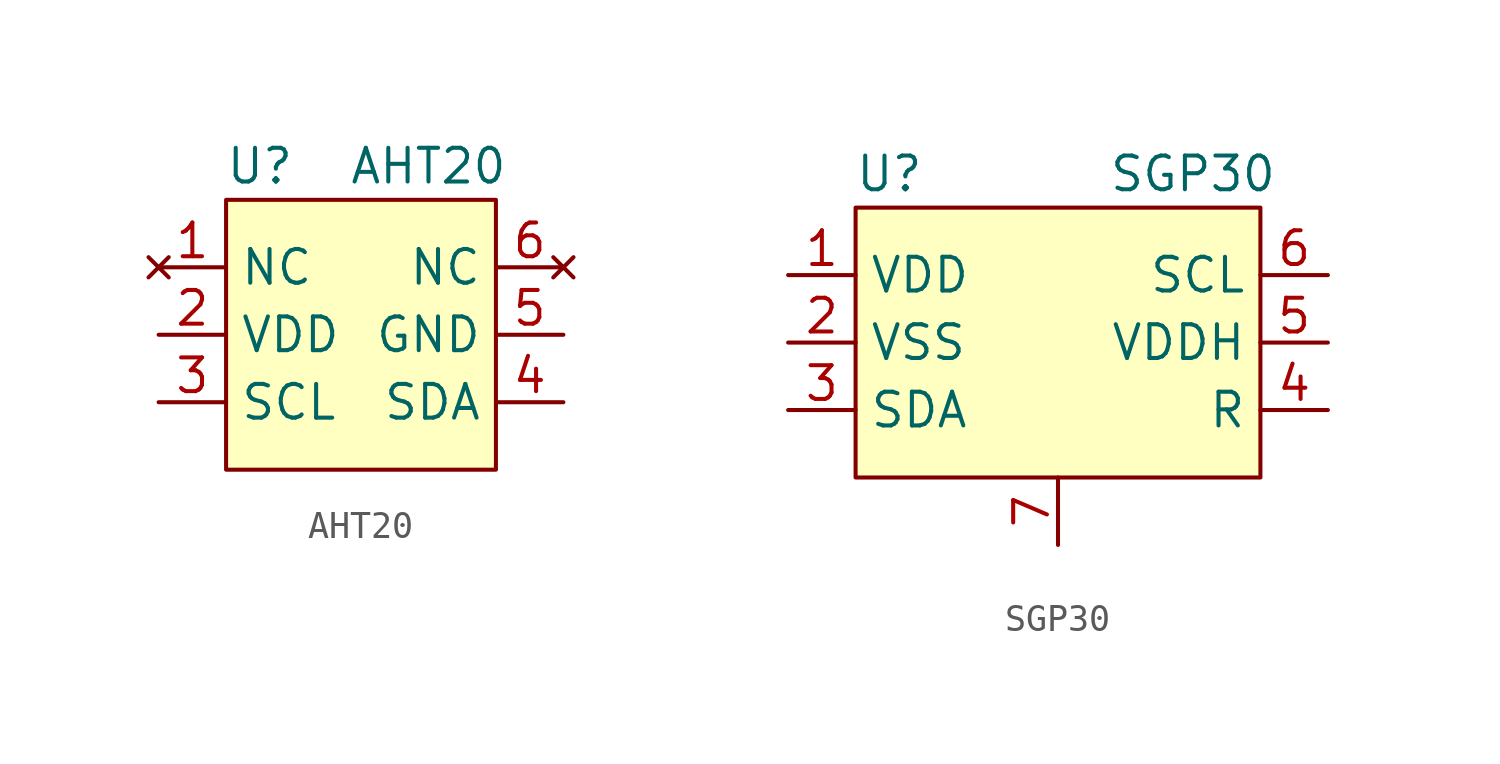
<source format=kicad_sym>
(kicad_symbol_lib
  (version 20220914)
  (generator kicad_symbol_editor)
  (symbol "AHT20"
    (property "Reference" "U"
      (at -3.81 6.35 0)
      (effects (font (size 1.27 1.27))))
    (property "Value" "AHT20"
      (at 2.54 6.35 0)
      (effects (font (size 1.27 1.27))))
    (symbol "AHT20_0_1"
      (rectangle (start -5.08 5.08) (end 5.08 -5.08) (stroke (width 0) (type default)) (fill (type background))))
    (symbol "AHT20_1_1"
      (pin no_connect line (at -7.62 2.54 0) (length 2.54) (name "NC" (effects (font (size 1.27 1.27)))) (number "1" (effects (font (size 1.27 1.27)))))
      (pin power_in line (at -7.62 0 0) (length 2.54) (name "VDD" (effects (font (size 1.27 1.27)))) (number "2" (effects (font (size 1.27 1.27)))))
      (pin bidirectional line (at -7.62 -2.54 0) (length 2.54) (name "SCL" (effects (font (size 1.27 1.27)))) (number "3" (effects (font (size 1.27 1.27)))))
      (pin bidirectional line (at 7.62 -2.54 180) (length 2.54) (name "SDA" (effects (font (size 1.27 1.27)))) (number "4" (effects (font (size 1.27 1.27)))))
      (pin power_in line (at 7.62 0 180) (length 2.54) (name "GND" (effects (font (size 1.27 1.27)))) (number "5" (effects (font (size 1.27 1.27)))))
      (pin no_connect line (at 7.62 2.54 180) (length 2.54) (name "NC" (effects (font (size 1.27 1.27)))) (number "6" (effects (font (size 1.27 1.27)))))))
  (symbol "SGP30"
    (property "Reference" "U"
      (at -6.35 6.35 0)
      (effects (font (size 1.27 1.27))))
    (property "Value" "SGP30"
      (at 5.08 6.35 0)
      (effects (font (size 1.27 1.27))))
    (symbol "SGP30_0_1"
      (rectangle (start -7.62 5.08) (end 7.62 -5.08) (stroke (width 0) (type default)) (fill (type background))))
    (symbol "SGP30_1_1"
      (pin power_in line (at -10.16 2.54 0) (length 2.54) (name "VDD" (effects (font (size 1.27 1.27)))) (number "1" (effects (font (size 1.27 1.27)))))
      (pin power_in line (at -10.16 0 0) (length 2.54) (name "VSS" (effects (font (size 1.27 1.27)))) (number "2" (effects (font (size 1.27 1.27)))))
      (pin bidirectional line (at -10.16 -2.54 0) (length 2.54) (name "SDA" (effects (font (size 1.27 1.27)))) (number "3" (effects (font (size 1.27 1.27)))))
      (pin passive line (at 10.16 -2.54 180) (length 2.54) (name "R" (effects (font (size 1.27 1.27)))) (number "4" (effects (font (size 1.27 1.27)))))
      (pin power_in line (at 10.16 0 180) (length 2.54) (name "VDDH" (effects (font (size 1.27 1.27)))) (number "5" (effects (font (size 1.27 1.27)))))
      (pin bidirectional line (at 10.16 2.54 180) (length 2.54) (name "SCL" (effects (font (size 1.27 1.27)))) (number "6" (effects (font (size 1.27 1.27)))))
      (pin power_in line (at 0 -7.62 90) (length 2.54) (name "" (effects (font (size 1.27 1.27)))) (number "7" (effects (font (size 1.27 1.27))))))))
</source>
